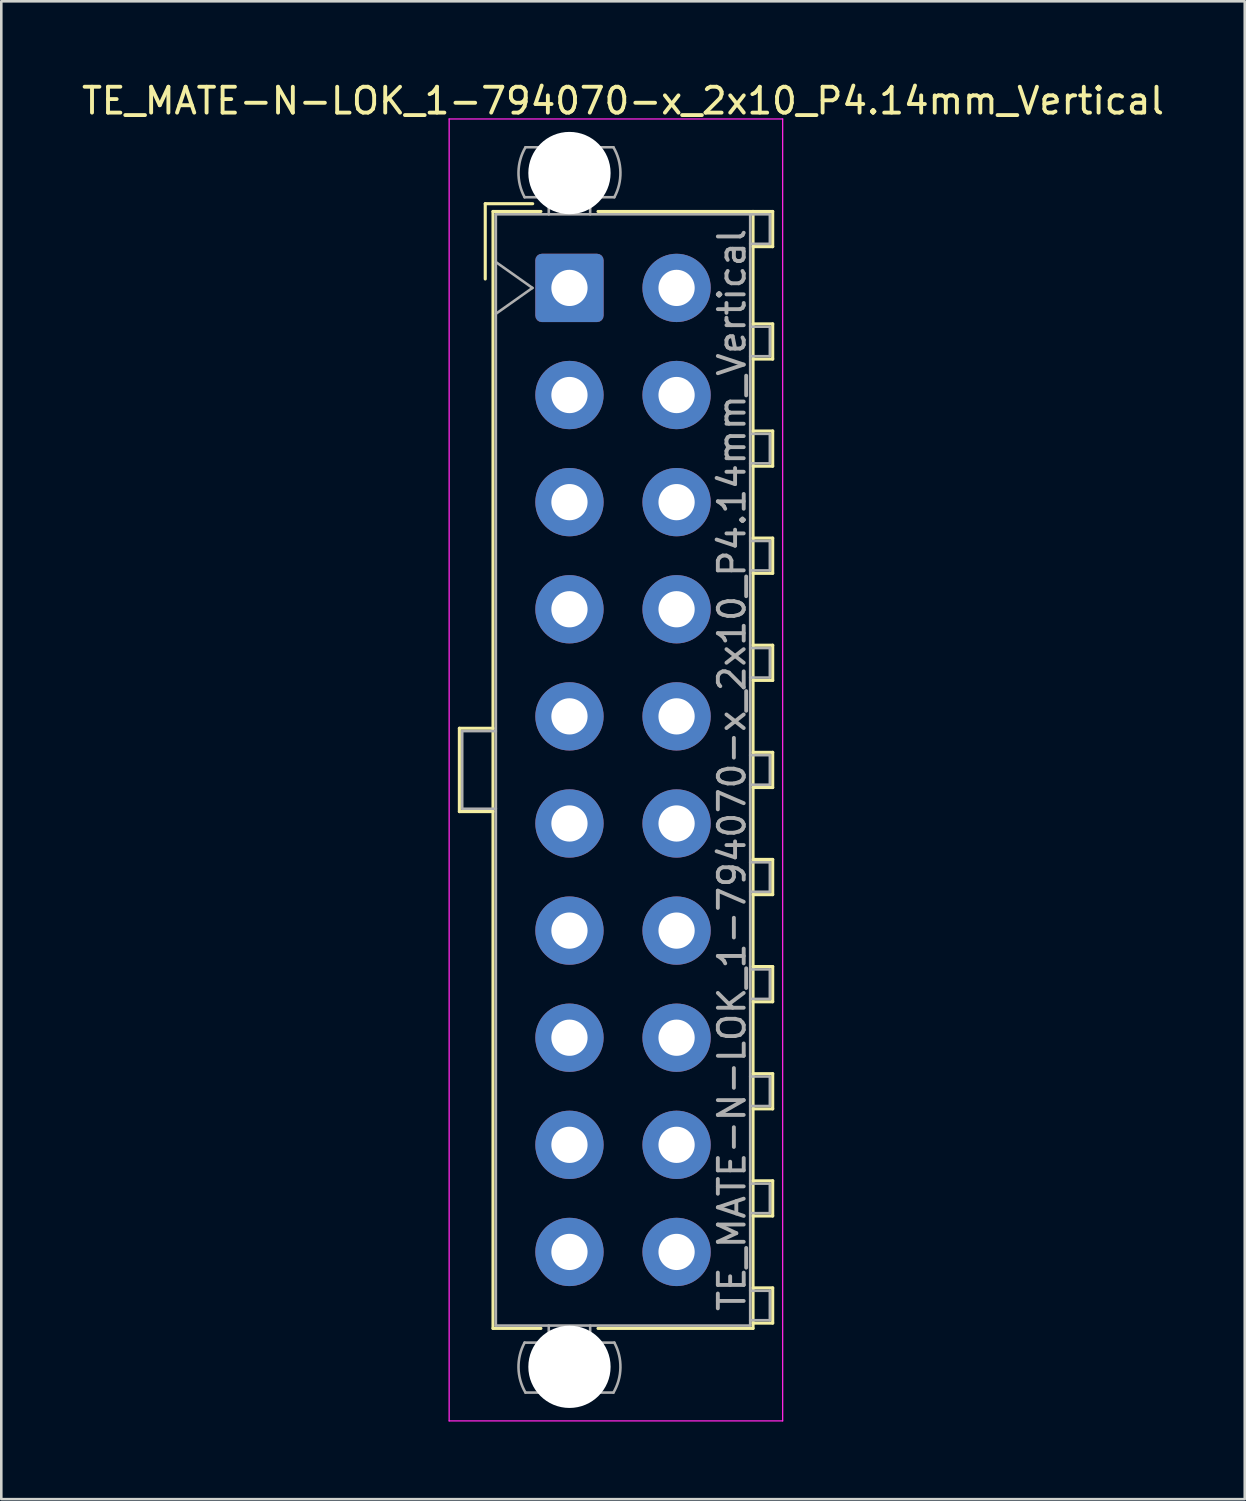
<source format=kicad_pcb>
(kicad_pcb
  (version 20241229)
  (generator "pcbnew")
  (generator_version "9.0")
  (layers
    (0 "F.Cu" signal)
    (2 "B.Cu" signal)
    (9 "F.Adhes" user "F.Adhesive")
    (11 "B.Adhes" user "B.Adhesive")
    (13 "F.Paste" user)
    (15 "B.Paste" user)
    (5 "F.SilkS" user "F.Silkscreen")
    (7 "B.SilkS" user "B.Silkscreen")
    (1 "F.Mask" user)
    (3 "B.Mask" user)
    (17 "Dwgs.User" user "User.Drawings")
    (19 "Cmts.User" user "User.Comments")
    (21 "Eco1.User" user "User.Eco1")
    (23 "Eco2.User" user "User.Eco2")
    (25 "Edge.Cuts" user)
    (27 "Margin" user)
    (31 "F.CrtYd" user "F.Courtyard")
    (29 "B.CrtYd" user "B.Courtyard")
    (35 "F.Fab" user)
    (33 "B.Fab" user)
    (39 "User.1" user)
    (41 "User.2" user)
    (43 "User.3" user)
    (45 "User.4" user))
  (footprint "TE_MATE-N-LOK_1-794070-x_2x10_P4.14mm_Vertical"
    (layer "F.Cu")
    (at 18.96 8.078)
    (property "Reference" "TE_MATE-N-LOK_1-794070-x_2x10_P4.14mm_Vertical" (at 2.07 -7.23 0) (layer "F.SilkS") (effects (font (size 1 1) (thickness 0.15))))
    (attr through_hole)
    (fp_line (start -4.255 17.02) (end -4.255 20.24) (stroke (width 0.12) (type solid)) (layer "F.SilkS"))
    (fp_line (start -4.255 20.24) (end -2.955 20.24) (stroke (width 0.12) (type solid)) (layer "F.SilkS"))
    (fp_line (start -3.255 -3.255) (end -3.255 -0.345) (stroke (width 0.12) (type solid)) (layer "F.SilkS"))
    (fp_line (start -2.955 -2.955) (end -2.955 40.215) (stroke (width 0.12) (type solid)) (layer "F.SilkS"))
    (fp_line (start -2.955 17.02) (end -4.255 17.02) (stroke (width 0.12) (type solid)) (layer "F.SilkS"))
    (fp_line (start -2.955 40.215) (end -1.103 40.215) (stroke (width 0.12) (type solid)) (layer "F.SilkS"))
    (fp_line (start -1.421 -3.255) (end -3.255 -3.255) (stroke (width 0.12) (type solid)) (layer "F.SilkS"))
    (fp_line (start -1.103 -2.955) (end -2.955 -2.955) (stroke (width 0.12) (type solid)) (layer "F.SilkS"))
    (fp_line (start 1.103 -2.955) (end 7.095 -2.955) (stroke (width 0.12) (type solid)) (layer "F.SilkS"))
    (fp_line (start 7.095 -2.955) (end 7.095 40.215) (stroke (width 0.12) (type solid)) (layer "F.SilkS"))
    (fp_line (start 7.095 -2.955) (end 7.855 -2.955) (stroke (width 0.12) (type solid)) (layer "F.SilkS"))
    (fp_line (start 7.095 1.39) (end 7.855 1.39) (stroke (width 0.12) (type solid)) (layer "F.SilkS"))
    (fp_line (start 7.095 5.53) (end 7.855 5.53) (stroke (width 0.12) (type solid)) (layer "F.SilkS"))
    (fp_line (start 7.095 9.67) (end 7.855 9.67) (stroke (width 0.12) (type solid)) (layer "F.SilkS"))
    (fp_line (start 7.095 13.81) (end 7.855 13.81) (stroke (width 0.12) (type solid)) (layer "F.SilkS"))
    (fp_line (start 7.095 17.95) (end 7.855 17.95) (stroke (width 0.12) (type solid)) (layer "F.SilkS"))
    (fp_line (start 7.095 22.09) (end 7.855 22.09) (stroke (width 0.12) (type solid)) (layer "F.SilkS"))
    (fp_line (start 7.095 26.23) (end 7.855 26.23) (stroke (width 0.12) (type solid)) (layer "F.SilkS"))
    (fp_line (start 7.095 30.37) (end 7.855 30.37) (stroke (width 0.12) (type solid)) (layer "F.SilkS"))
    (fp_line (start 7.095 34.51) (end 7.855 34.51) (stroke (width 0.12) (type solid)) (layer "F.SilkS"))
    (fp_line (start 7.095 38.65) (end 7.855 38.65) (stroke (width 0.12) (type solid)) (layer "F.SilkS"))
    (fp_line (start 7.095 40.215) (end 1.103 40.215) (stroke (width 0.12) (type solid)) (layer "F.SilkS"))
    (fp_line (start 7.855 -2.955) (end 7.855 -1.595) (stroke (width 0.12) (type solid)) (layer "F.SilkS"))
    (fp_line (start 7.855 -1.595) (end 7.095 -1.595) (stroke (width 0.12) (type solid)) (layer "F.SilkS"))
    (fp_line (start 7.855 1.39) (end 7.855 2.75) (stroke (width 0.12) (type solid)) (layer "F.SilkS"))
    (fp_line (start 7.855 2.75) (end 7.095 2.75) (stroke (width 0.12) (type solid)) (layer "F.SilkS"))
    (fp_line (start 7.855 5.53) (end 7.855 6.89) (stroke (width 0.12) (type solid)) (layer "F.SilkS"))
    (fp_line (start 7.855 6.89) (end 7.095 6.89) (stroke (width 0.12) (type solid)) (layer "F.SilkS"))
    (fp_line (start 7.855 9.67) (end 7.855 11.03) (stroke (width 0.12) (type solid)) (layer "F.SilkS"))
    (fp_line (start 7.855 11.03) (end 7.095 11.03) (stroke (width 0.12) (type solid)) (layer "F.SilkS"))
    (fp_line (start 7.855 13.81) (end 7.855 15.17) (stroke (width 0.12) (type solid)) (layer "F.SilkS"))
    (fp_line (start 7.855 15.17) (end 7.095 15.17) (stroke (width 0.12) (type solid)) (layer "F.SilkS"))
    (fp_line (start 7.855 17.95) (end 7.855 19.31) (stroke (width 0.12) (type solid)) (layer "F.SilkS"))
    (fp_line (start 7.855 19.31) (end 7.095 19.31) (stroke (width 0.12) (type solid)) (layer "F.SilkS"))
    (fp_line (start 7.855 22.09) (end 7.855 23.45) (stroke (width 0.12) (type solid)) (layer "F.SilkS"))
    (fp_line (start 7.855 23.45) (end 7.095 23.45) (stroke (width 0.12) (type solid)) (layer "F.SilkS"))
    (fp_line (start 7.855 26.23) (end 7.855 27.59) (stroke (width 0.12) (type solid)) (layer "F.SilkS"))
    (fp_line (start 7.855 27.59) (end 7.095 27.59) (stroke (width 0.12) (type solid)) (layer "F.SilkS"))
    (fp_line (start 7.855 30.37) (end 7.855 31.73) (stroke (width 0.12) (type solid)) (layer "F.SilkS"))
    (fp_line (start 7.855 31.73) (end 7.095 31.73) (stroke (width 0.12) (type solid)) (layer "F.SilkS"))
    (fp_line (start 7.855 34.51) (end 7.855 35.87) (stroke (width 0.12) (type solid)) (layer "F.SilkS"))
    (fp_line (start 7.855 35.87) (end 7.095 35.87) (stroke (width 0.12) (type solid)) (layer "F.SilkS"))
    (fp_line (start 7.855 38.65) (end 7.855 40.01) (stroke (width 0.12) (type solid)) (layer "F.SilkS"))
    (fp_line (start 7.855 40.01) (end 7.095 40.01) (stroke (width 0.12) (type solid)) (layer "F.SilkS"))
    (fp_line (start -4.65 -6.53) (end -4.65 43.79) (stroke (width 0.05) (type solid)) (layer "F.CrtYd"))
    (fp_line (start -4.65 43.79) (end 8.24 43.79) (stroke (width 0.05) (type solid)) (layer "F.CrtYd"))
    (fp_line (start 8.24 -6.53) (end -4.65 -6.53) (stroke (width 0.05) (type solid)) (layer "F.CrtYd"))
    (fp_line (start 8.24 43.79) (end 8.24 -6.53) (stroke (width 0.05) (type solid)) (layer "F.CrtYd"))
    (fp_line (start -4.145 17.13) (end -4.145 20.13) (stroke (width 0.1) (type solid)) (layer "F.Fab"))
    (fp_line (start -4.145 20.13) (end -2.845 20.13) (stroke (width 0.1) (type solid)) (layer "F.Fab"))
    (fp_line (start -2.845 -2.845) (end -2.845 40.105) (stroke (width 0.1) (type solid)) (layer "F.Fab"))
    (fp_line (start -2.845 -1) (end -1.431 0) (stroke (width 0.1) (type solid)) (layer "F.Fab"))
    (fp_line (start -2.845 17.13) (end -4.145 17.13) (stroke (width 0.1) (type solid)) (layer "F.Fab"))
    (fp_line (start -2.845 40.105) (end 6.985 40.105) (stroke (width 0.1) (type solid)) (layer "F.Fab"))
    (fp_line (start -1.431 0) (end -2.845 1) (stroke (width 0.1) (type solid)) (layer "F.Fab"))
    (fp_line (start -0.8 -2.845) (end -0.8 -3.505) (stroke (width 0.1) (type solid)) (layer "F.Fab"))
    (fp_line (start -0.8 40.105) (end -0.8 40.765) (stroke (width 0.1) (type solid)) (layer "F.Fab"))
    (fp_line (start 0.8 -2.845) (end 0.8 -3.505) (stroke (width 0.1) (type solid)) (layer "F.Fab"))
    (fp_line (start 0.8 40.105) (end 0.8 40.765) (stroke (width 0.1) (type solid)) (layer "F.Fab"))
    (fp_line (start 1.7 -5.436) (end -1.7 -5.436) (stroke (width 0.1) (type solid)) (layer "F.Fab"))
    (fp_line (start 1.7 42.696) (end -1.7 42.696) (stroke (width 0.1) (type solid)) (layer "F.Fab"))
    (fp_line (start 1.734 -3.505) (end -1.734 -3.505) (stroke (width 0.1) (type solid)) (layer "F.Fab"))
    (fp_line (start 1.734 40.765) (end -1.734 40.765) (stroke (width 0.1) (type solid)) (layer "F.Fab"))
    (fp_line (start 6.985 -2.845) (end -2.845 -2.845) (stroke (width 0.1) (type solid)) (layer "F.Fab"))
    (fp_line (start 6.985 -2.845) (end 7.745 -2.845) (stroke (width 0.1) (type solid)) (layer "F.Fab"))
    (fp_line (start 6.985 1.5) (end 7.745 1.5) (stroke (width 0.1) (type solid)) (layer "F.Fab"))
    (fp_line (start 6.985 5.64) (end 7.745 5.64) (stroke (width 0.1) (type solid)) (layer "F.Fab"))
    (fp_line (start 6.985 9.78) (end 7.745 9.78) (stroke (width 0.1) (type solid)) (layer "F.Fab"))
    (fp_line (start 6.985 13.92) (end 7.745 13.92) (stroke (width 0.1) (type solid)) (layer "F.Fab"))
    (fp_line (start 6.985 18.06) (end 7.745 18.06) (stroke (width 0.1) (type solid)) (layer "F.Fab"))
    (fp_line (start 6.985 22.2) (end 7.745 22.2) (stroke (width 0.1) (type solid)) (layer "F.Fab"))
    (fp_line (start 6.985 26.34) (end 7.745 26.34) (stroke (width 0.1) (type solid)) (layer "F.Fab"))
    (fp_line (start 6.985 30.48) (end 7.745 30.48) (stroke (width 0.1) (type solid)) (layer "F.Fab"))
    (fp_line (start 6.985 34.62) (end 7.745 34.62) (stroke (width 0.1) (type solid)) (layer "F.Fab"))
    (fp_line (start 6.985 38.76) (end 7.745 38.76) (stroke (width 0.1) (type solid)) (layer "F.Fab"))
    (fp_line (start 6.985 40.105) (end 6.985 -2.845) (stroke (width 0.1) (type solid)) (layer "F.Fab"))
    (fp_line (start 7.745 -2.845) (end 7.745 -1.705) (stroke (width 0.1) (type solid)) (layer "F.Fab"))
    (fp_line (start 7.745 -1.705) (end 6.985 -1.705) (stroke (width 0.1) (type solid)) (layer "F.Fab"))
    (fp_line (start 7.745 1.5) (end 7.745 2.64) (stroke (width 0.1) (type solid)) (layer "F.Fab"))
    (fp_line (start 7.745 2.64) (end 6.985 2.64) (stroke (width 0.1) (type solid)) (layer "F.Fab"))
    (fp_line (start 7.745 5.64) (end 7.745 6.78) (stroke (width 0.1) (type solid)) (layer "F.Fab"))
    (fp_line (start 7.745 6.78) (end 6.985 6.78) (stroke (width 0.1) (type solid)) (layer "F.Fab"))
    (fp_line (start 7.745 9.78) (end 7.745 10.92) (stroke (width 0.1) (type solid)) (layer "F.Fab"))
    (fp_line (start 7.745 10.92) (end 6.985 10.92) (stroke (width 0.1) (type solid)) (layer "F.Fab"))
    (fp_line (start 7.745 13.92) (end 7.745 15.06) (stroke (width 0.1) (type solid)) (layer "F.Fab"))
    (fp_line (start 7.745 15.06) (end 6.985 15.06) (stroke (width 0.1) (type solid)) (layer "F.Fab"))
    (fp_line (start 7.745 18.06) (end 7.745 19.2) (stroke (width 0.1) (type solid)) (layer "F.Fab"))
    (fp_line (start 7.745 19.2) (end 6.985 19.2) (stroke (width 0.1) (type solid)) (layer "F.Fab"))
    (fp_line (start 7.745 22.2) (end 7.745 23.34) (stroke (width 0.1) (type solid)) (layer "F.Fab"))
    (fp_line (start 7.745 23.34) (end 6.985 23.34) (stroke (width 0.1) (type solid)) (layer "F.Fab"))
    (fp_line (start 7.745 26.34) (end 7.745 27.48) (stroke (width 0.1) (type solid)) (layer "F.Fab"))
    (fp_line (start 7.745 27.48) (end 6.985 27.48) (stroke (width 0.1) (type solid)) (layer "F.Fab"))
    (fp_line (start 7.745 30.48) (end 7.745 31.62) (stroke (width 0.1) (type solid)) (layer "F.Fab"))
    (fp_line (start 7.745 31.62) (end 6.985 31.62) (stroke (width 0.1) (type solid)) (layer "F.Fab"))
    (fp_line (start 7.745 34.62) (end 7.745 35.76) (stroke (width 0.1) (type solid)) (layer "F.Fab"))
    (fp_line (start 7.745 35.76) (end 6.985 35.76) (stroke (width 0.1) (type solid)) (layer "F.Fab"))
    (fp_line (start 7.745 38.76) (end 7.745 39.9) (stroke (width 0.1) (type solid)) (layer "F.Fab"))
    (fp_line (start 7.745 39.9) (end 6.985 39.9) (stroke (width 0.1) (type solid)) (layer "F.Fab"))
    (fp_arc (start -1.733977 -3.505) (mid -1.96969 -4.474992) (end -1.699672 -5.436) (stroke (width 0.1) (type solid)) (layer "F.Fab"))
    (fp_arc (start -1.699672 42.696) (mid -1.969689 41.734992) (end -1.733977 40.765) (stroke (width 0.1) (type solid)) (layer "F.Fab"))
    (fp_arc (start 1.699672 -5.436) (mid 1.969689 -4.474992) (end 1.733977 -3.505) (stroke (width 0.1) (type solid)) (layer "F.Fab"))
    (fp_arc (start 1.733977 40.765) (mid 1.96969 41.734992) (end 1.699672 42.696) (stroke (width 0.1) (type solid)) (layer "F.Fab"))
    (fp_text user "${REFERENCE}" (at 6.28 18.63 90) (layer "F.Fab") (effects (font (size 1 1) (thickness 0.15))))
    (pad "" np_thru_hole circle (at 0 -4.44) (size 3.18 3.18) (drill 3.18) (layers "*.Cu" "*.Mask"))
    (pad "" np_thru_hole circle (at 0 41.7) (size 3.18 3.18) (drill 3.18) (layers "*.Cu" "*.Mask"))
    (pad "1" thru_hole roundrect (at 0 0) (size 2.64 2.64) (drill 1.4) (layers "*.Cu" "*.Mask") (roundrect_rratio 0.095))
    (pad "2" thru_hole circle (at 0 4.14) (size 2.64 2.64) (drill 1.4) (layers "*.Cu" "*.Mask"))
    (pad "3" thru_hole circle (at 0 8.28) (size 2.64 2.64) (drill 1.4) (layers "*.Cu" "*.Mask"))
    (pad "4" thru_hole circle (at 0 12.42) (size 2.64 2.64) (drill 1.4) (layers "*.Cu" "*.Mask"))
    (pad "5" thru_hole circle (at 0 16.56) (size 2.64 2.64) (drill 1.4) (layers "*.Cu" "*.Mask"))
    (pad "6" thru_hole circle (at 0 20.7) (size 2.64 2.64) (drill 1.4) (layers "*.Cu" "*.Mask"))
    (pad "7" thru_hole circle (at 0 24.84) (size 2.64 2.64) (drill 1.4) (layers "*.Cu" "*.Mask"))
    (pad "8" thru_hole circle (at 0 28.98) (size 2.64 2.64) (drill 1.4) (layers "*.Cu" "*.Mask"))
    (pad "9" thru_hole circle (at 0 33.12) (size 2.64 2.64) (drill 1.4) (layers "*.Cu" "*.Mask"))
    (pad "10" thru_hole circle (at 0 37.26) (size 2.64 2.64) (drill 1.4) (layers "*.Cu" "*.Mask"))
    (pad "11" thru_hole circle (at 4.14 0) (size 2.64 2.64) (drill 1.4) (layers "*.Cu" "*.Mask"))
    (pad "12" thru_hole circle (at 4.14 4.14) (size 2.64 2.64) (drill 1.4) (layers "*.Cu" "*.Mask"))
    (pad "13" thru_hole circle (at 4.14 8.28) (size 2.64 2.64) (drill 1.4) (layers "*.Cu" "*.Mask"))
    (pad "14" thru_hole circle (at 4.14 12.42) (size 2.64 2.64) (drill 1.4) (layers "*.Cu" "*.Mask"))
    (pad "15" thru_hole circle (at 4.14 16.56) (size 2.64 2.64) (drill 1.4) (layers "*.Cu" "*.Mask"))
    (pad "16" thru_hole circle (at 4.14 20.7) (size 2.64 2.64) (drill 1.4) (layers "*.Cu" "*.Mask"))
    (pad "17" thru_hole circle (at 4.14 24.84) (size 2.64 2.64) (drill 1.4) (layers "*.Cu" "*.Mask"))
    (pad "18" thru_hole circle (at 4.14 28.98) (size 2.64 2.64) (drill 1.4) (layers "*.Cu" "*.Mask"))
    (pad "19" thru_hole circle (at 4.14 33.12) (size 2.64 2.64) (drill 1.4) (layers "*.Cu" "*.Mask"))
    (pad "20" thru_hole circle (at 4.14 37.26) (size 2.64 2.64) (drill 1.4) (layers "*.Cu" "*.Mask")))
  (gr_rect
    (start -3 -3)
    (end 45.06 54.893)
    (stroke (width 0.1) (type default))
    (fill no)
    (layer "Edge.Cuts")))
</source>
